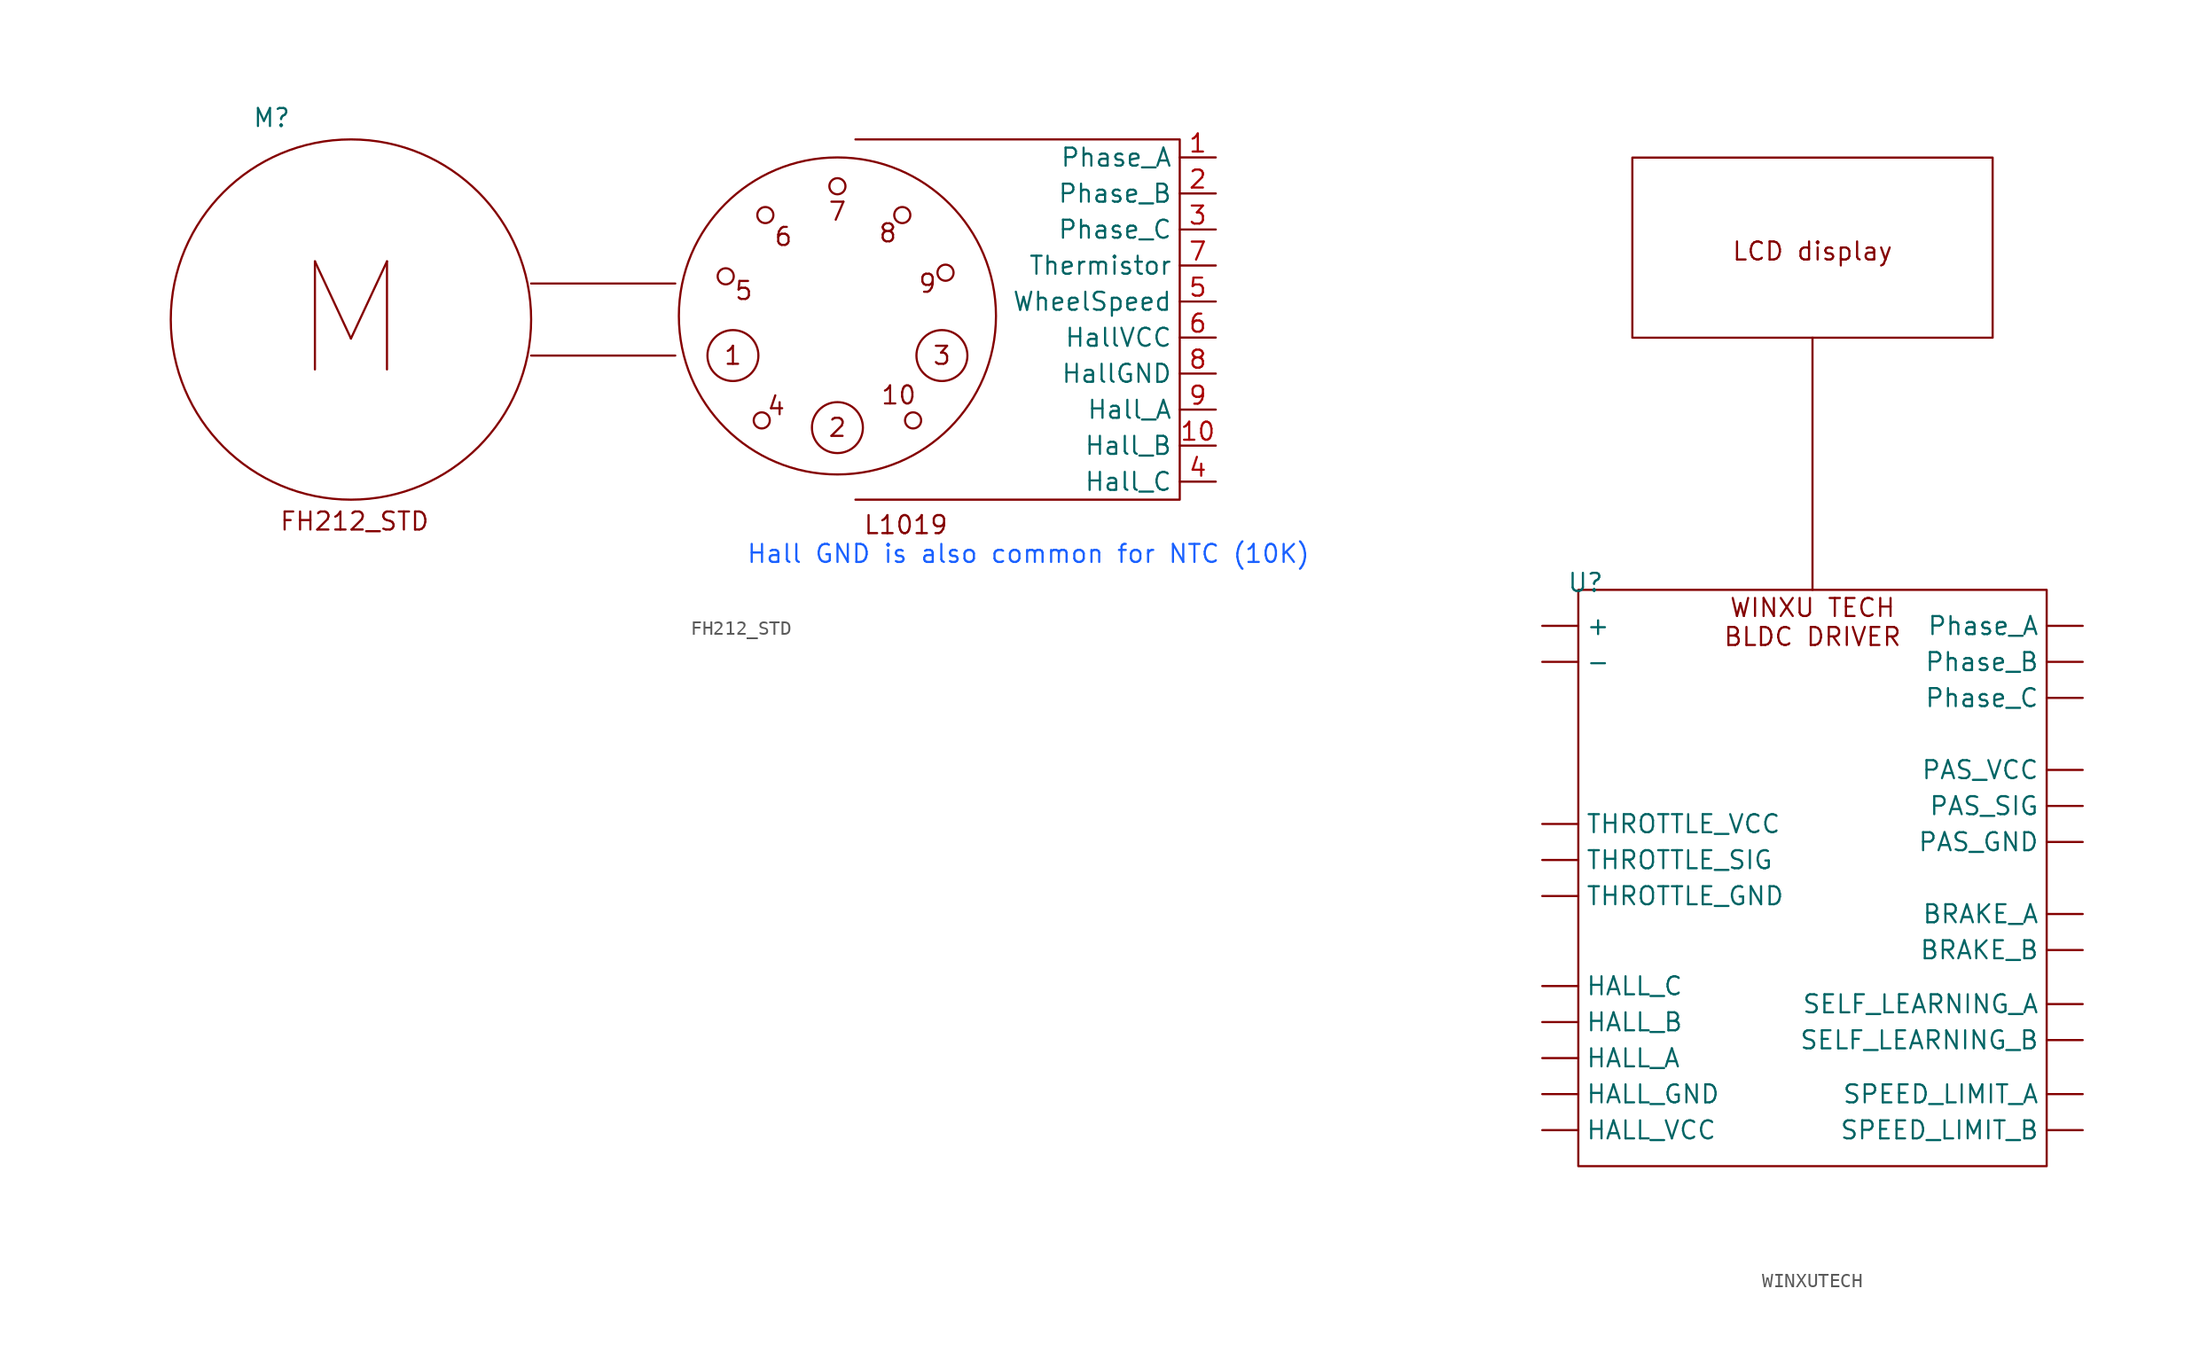
<source format=kicad_sym>
(kicad_symbol_lib
  (version 20241209)
  (generator "kicad_symbol_editor")
  (generator_version "9.0")
  (symbol "FH212_STD"
    (property "Reference" "M"
      (at -20.828 14.224 0)
      (effects (font (size 1.27 1.27))))
    (property "Value" ""
      (at 0 0 0)
      (effects (font (size 1.27 1.27))))
    (symbol "FH212_STD_0_1"
      (circle (center -15.24 0) (radius 12.7) (stroke (width 0) (type default)) (fill (type none)))
      (polyline (pts (xy -2.54 -2.54) (xy 7.62 -2.54)) (stroke (width 0) (type default)) (fill (type none)))
      (polyline (pts (xy 7.62 2.54) (xy -2.54 2.54)) (stroke (width 0) (type default)) (fill (type none)))
      (circle (center 11.176 3.048) (radius 0.568) (stroke (width 0) (type default)) (fill (type none)))
      (circle (center 11.684 -2.54) (radius 1.796) (stroke (width 0) (type default)) (fill (type none)))
      (circle (center 13.716 -7.112) (radius 0.568) (stroke (width 0) (type default)) (fill (type none)))
      (circle (center 13.97 7.366) (radius 0.568) (stroke (width 0) (type default)) (fill (type none)))
      (circle (center 19.05 9.398) (radius 0.568) (stroke (width 0) (type default)) (fill (type none)))
      (circle (center 19.05 0.254) (radius 11.176) (stroke (width 0) (type default)) (fill (type none)))
      (circle (center 19.05 -7.62) (radius 1.796) (stroke (width 0) (type default)) (fill (type none)))
      (polyline (pts (xy 20.32 12.7) (xy 43.18 12.7) (xy 43.18 -12.7) (xy 20.32 -12.7)) (stroke (width 0) (type default)) (fill (type none)))
      (circle (center 23.622 7.366) (radius 0.568) (stroke (width 0) (type default)) (fill (type none)))
      (circle (center 24.384 -7.112) (radius 0.568) (stroke (width 0) (type default)) (fill (type none)))
      (circle (center 26.416 -2.54) (radius 1.796) (stroke (width 0) (type default)) (fill (type none)))
      (circle (center 26.67 3.302) (radius 0.568) (stroke (width 0) (type default)) (fill (type none))))
    (symbol "FH212_STD_1_1"
      (text "M" (at -15.24 0 0) (effects (font (size 7.62 7.62))))
      (text "FH212_STD" (at -14.986 -14.224 0) (effects (font (size 1.27 1.27))))
      (text "1" (at 11.684 -2.54 0) (effects (font (size 1.27 1.27))))
      (text "5" (at 12.446 2.032 0) (effects (font (size 1.27 1.27))))
      (text "4" (at 14.732 -6.096 0) (effects (font (size 1.27 1.27))))
      (text "6" (at 15.24 5.842 0) (effects (font (size 1.27 1.27))))
      (text "7" (at 19.05 7.62 0) (effects (font (size 1.27 1.27))))
      (text "2\n" (at 19.05 -7.62 0) (effects (font (size 1.27 1.27))))
      (text "8" (at 22.606 6.096 0) (effects (font (size 1.27 1.27))))
      (text "10" (at 23.368 -5.334 0) (effects (font (size 1.27 1.27))))
      (text "L1019" (at 23.876 -14.478 0) (effects (font (size 1.27 1.27))))
      (text "9" (at 25.4 2.54 0) (effects (font (size 1.27 1.27))))
      (text "3" (at 26.416 -2.54 0) (effects (font (size 1.27 1.27))))
      (text "Hall GND is also common for NTC (10K)" (at 32.512 -16.51 0) (effects (font (size 1.27 1.27) (color 26 97 255 1))))
      (pin input line (at 45.72 11.43 180) (length 2.54) (name "Phase_A" (effects (font (size 1.27 1.27)))) (number "1" (effects (font (size 1.27 1.27)))))
      (pin input line (at 45.72 8.89 180) (length 2.54) (name "Phase_B" (effects (font (size 1.27 1.27)))) (number "2" (effects (font (size 1.27 1.27)))))
      (pin input line (at 45.72 6.35 180) (length 2.54) (name "Phase_C" (effects (font (size 1.27 1.27)))) (number "3" (effects (font (size 1.27 1.27)))))
      (pin input line (at 45.72 3.81 180) (length 2.54) (name "Thermistor" (effects (font (size 1.27 1.27)))) (number "7" (effects (font (size 1.27 1.27)))))
      (pin input line (at 45.72 1.27 180) (length 2.54) (name "WheelSpeed" (effects (font (size 1.27 1.27)))) (number "5" (effects (font (size 1.27 1.27)))))
      (pin input line (at 45.72 -1.27 180) (length 2.54) (name "HallVCC" (effects (font (size 1.27 1.27)))) (number "6" (effects (font (size 1.27 1.27)))))
      (pin input line (at 45.72 -3.81 180) (length 2.54) (name "HallGND" (effects (font (size 1.27 1.27)))) (number "8" (effects (font (size 1.27 1.27)))))
      (pin input line (at 45.72 -6.35 180) (length 2.54) (name "Hall_A" (effects (font (size 1.27 1.27)))) (number "9" (effects (font (size 1.27 1.27)))))
      (pin input line (at 45.72 -8.89 180) (length 2.54) (name "Hall_B" (effects (font (size 1.27 1.27)))) (number "10" (effects (font (size 1.27 1.27)))))
      (pin input line (at 45.72 -11.43 180) (length 2.54) (name "Hall_C" (effects (font (size 1.27 1.27)))) (number "4" (effects (font (size 1.27 1.27)))))))
  (symbol "WINXUTECH"
    (property "Reference" "U"
      (at -16.002 20.828 0)
      (effects (font (size 1.27 1.27))))
    (property "Value" ""
      (at 0 0 0)
      (effects (font (size 1.27 1.27))))
    (symbol "WINXUTECH_0_1"
      (rectangle (start -16.51 20.32) (end 16.51 -20.32) (stroke (width 0) (type default)) (fill (type none)))
      (rectangle (start -12.7 50.8) (end 12.7 38.1) (stroke (width 0) (type default)) (fill (type none)))
      (polyline (pts (xy 0 20.32) (xy 0 38.1)) (stroke (width 0) (type default)) (fill (type none))))
    (symbol "WINXUTECH_1_1"
      (text "LCD display" (at 0 44.196 0) (effects (font (size 1.27 1.27))))
      (text "WINXU TECH\nBLDC DRIVER" (at 0 18.034 0) (effects (font (size 1.27 1.27))))
      (pin power_in line (at -19.05 17.78 0) (length 2.54) (name "+" (effects (font (size 1.27 1.27)))) (number "" (effects (font (size 1.27 1.27)))))
      (pin power_in line (at -19.05 15.24 0) (length 2.54) (name "-" (effects (font (size 1.27 1.27)))) (number "" (effects (font (size 1.27 1.27)))))
      (pin input line (at -19.05 3.81 0) (length 2.54) (name "THROTTLE_VCC" (effects (font (size 1.27 1.27)))) (number "" (effects (font (size 1.27 1.27)))))
      (pin input line (at -19.05 1.27 0) (length 2.54) (name "THROTTLE_SIG" (effects (font (size 1.27 1.27)))) (number "" (effects (font (size 1.27 1.27)))))
      (pin input line (at -19.05 -1.27 0) (length 2.54) (name "THROTTLE_GND" (effects (font (size 1.27 1.27)))) (number "" (effects (font (size 1.27 1.27)))))
      (pin input line (at -19.05 -7.62 0) (length 2.54) (name "HALL_C" (effects (font (size 1.27 1.27)))) (number "" (effects (font (size 1.27 1.27)))))
      (pin input line (at -19.05 -10.16 0) (length 2.54) (name "HALL_B" (effects (font (size 1.27 1.27)))) (number "" (effects (font (size 1.27 1.27)))))
      (pin input line (at -19.05 -12.7 0) (length 2.54) (name "HALL_A" (effects (font (size 1.27 1.27)))) (number "" (effects (font (size 1.27 1.27)))))
      (pin power_out line (at -19.05 -15.24 0) (length 2.54) (name "HALL_GND" (effects (font (size 1.27 1.27)))) (number "" (effects (font (size 1.27 1.27)))))
      (pin power_out line (at -19.05 -17.78 0) (length 2.54) (name "HALL_VCC" (effects (font (size 1.27 1.27)))) (number "" (effects (font (size 1.27 1.27)))))
      (pin power_out line (at 19.05 17.78 180) (length 2.54) (name "Phase_A" (effects (font (size 1.27 1.27)))) (number "" (effects (font (size 1.27 1.27)))))
      (pin power_out line (at 19.05 15.24 180) (length 2.54) (name "Phase_B" (effects (font (size 1.27 1.27)))) (number "" (effects (font (size 1.27 1.27)))))
      (pin power_out line (at 19.05 12.7 180) (length 2.54) (name "Phase_C" (effects (font (size 1.27 1.27)))) (number "" (effects (font (size 1.27 1.27)))))
      (pin input line (at 19.05 7.62 180) (length 2.54) (name "PAS_VCC" (effects (font (size 1.27 1.27)))) (number "" (effects (font (size 1.27 1.27)))))
      (pin input line (at 19.05 5.08 180) (length 2.54) (name "PAS_SIG" (effects (font (size 1.27 1.27)))) (number "" (effects (font (size 1.27 1.27)))))
      (pin input line (at 19.05 2.54 180) (length 2.54) (name "PAS_GND" (effects (font (size 1.27 1.27)))) (number "" (effects (font (size 1.27 1.27)))))
      (pin input line (at 19.05 -2.54 180) (length 2.54) (name "BRAKE_A" (effects (font (size 1.27 1.27)))) (number "" (effects (font (size 1.27 1.27)))))
      (pin input line (at 19.05 -5.08 180) (length 2.54) (name "BRAKE_B" (effects (font (size 1.27 1.27)))) (number "" (effects (font (size 1.27 1.27)))))
      (pin input line (at 19.05 -8.89 180) (length 2.54) (name "SELF_LEARNING_A" (effects (font (size 1.27 1.27)))) (number "" (effects (font (size 1.27 1.27)))))
      (pin input line (at 19.05 -11.43 180) (length 2.54) (name "SELF_LEARNING_B" (effects (font (size 1.27 1.27)))) (number "" (effects (font (size 1.27 1.27)))))
      (pin input line (at 19.05 -15.24 180) (length 2.54) (name "SPEED_LIMIT_A" (effects (font (size 1.27 1.27)))) (number "" (effects (font (size 1.27 1.27)))))
      (pin input line (at 19.05 -17.78 180) (length 2.54) (name "SPEED_LIMIT_B" (effects (font (size 1.27 1.27)))) (number "" (effects (font (size 1.27 1.27))))))))
</source>
